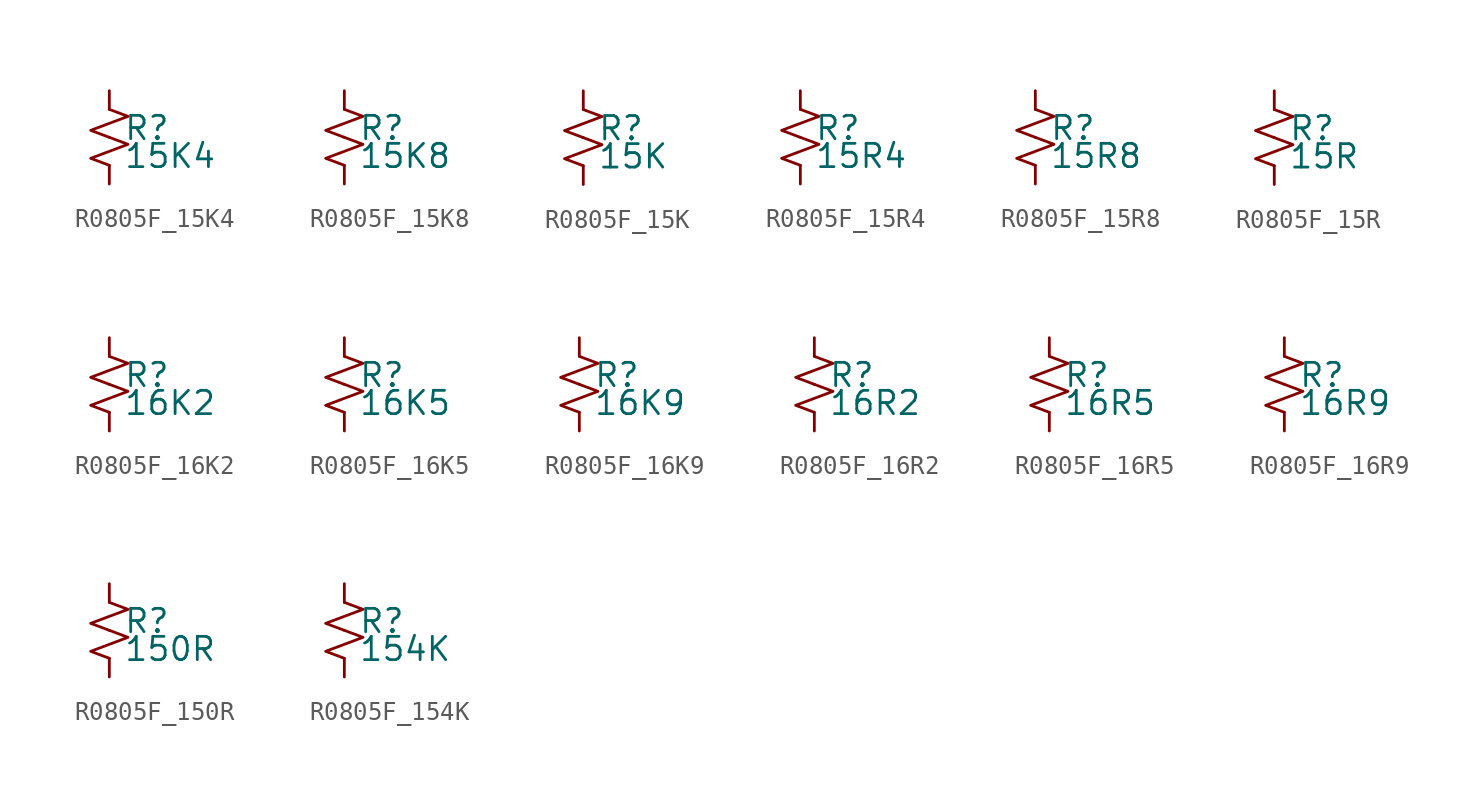
<source format=kicad_sym>
(kicad_symbol_lib
  (version 20220914)
  (generator kicad_symbol_editor)
  (symbol "R0805F_15K4"
    (pin_numbers hide)
    (pin_names
      (offset 0.254) hide)
    (property "Reference" "R"
      (at 0.762 0.508 0)
      (effects (font (size 1.27 1.27)) (justify left)))
    (property "Value" "15K4"
      (at 0.762 -1.016 0)
      (effects (font (size 1.27 1.27)) (justify left)))
    (symbol "R0805F_15K4_1_1"
      (polyline (pts (xy 0 0) (xy 1.016 -0.381) (xy 0 -0.762) (xy -1.016 -1.143) (xy 0 -1.524)) (stroke (width 0) (type default)) (fill (type none)))
      (polyline (pts (xy 0 1.524) (xy 1.016 1.143) (xy 0 0.762) (xy -1.016 0.381) (xy 0 0)) (stroke (width 0) (type default)) (fill (type none)))
      (pin passive line (at 0 2.54 270) (length 1.016) (name "~" (effects (font (size 1.27 1.27)))) (number "1" (effects (font (size 1.27 1.27)))))
      (pin passive line (at 0 -2.54 90) (length 1.016) (name "~" (effects (font (size 1.27 1.27)))) (number "2" (effects (font (size 1.27 1.27)))))))
  (symbol "R0805F_15K8"
    (pin_numbers hide)
    (pin_names
      (offset 0.254) hide)
    (property "Reference" "R"
      (at 0.762 0.508 0)
      (effects (font (size 1.27 1.27)) (justify left)))
    (property "Value" "15K8"
      (at 0.762 -1.016 0)
      (effects (font (size 1.27 1.27)) (justify left)))
    (symbol "R0805F_15K8_1_1"
      (polyline (pts (xy 0 0) (xy 1.016 -0.381) (xy 0 -0.762) (xy -1.016 -1.143) (xy 0 -1.524)) (stroke (width 0) (type default)) (fill (type none)))
      (polyline (pts (xy 0 1.524) (xy 1.016 1.143) (xy 0 0.762) (xy -1.016 0.381) (xy 0 0)) (stroke (width 0) (type default)) (fill (type none)))
      (pin passive line (at 0 2.54 270) (length 1.016) (name "~" (effects (font (size 1.27 1.27)))) (number "1" (effects (font (size 1.27 1.27)))))
      (pin passive line (at 0 -2.54 90) (length 1.016) (name "~" (effects (font (size 1.27 1.27)))) (number "2" (effects (font (size 1.27 1.27)))))))
  (symbol "R0805F_15K"
    (pin_numbers hide)
    (pin_names
      (offset 0.254) hide)
    (property "Reference" "R"
      (at 0.762 0.508 0)
      (effects (font (size 1.27 1.27)) (justify left)))
    (property "Value" "15K"
      (at 0.762 -1.016 0)
      (effects (font (size 1.27 1.27)) (justify left)))
    (symbol "R0805F_15K_1_1"
      (polyline (pts (xy 0 0) (xy 1.016 -0.381) (xy 0 -0.762) (xy -1.016 -1.143) (xy 0 -1.524)) (stroke (width 0) (type default)) (fill (type none)))
      (polyline (pts (xy 0 1.524) (xy 1.016 1.143) (xy 0 0.762) (xy -1.016 0.381) (xy 0 0)) (stroke (width 0) (type default)) (fill (type none)))
      (pin passive line (at 0 2.54 270) (length 1.016) (name "~" (effects (font (size 1.27 1.27)))) (number "1" (effects (font (size 1.27 1.27)))))
      (pin passive line (at 0 -2.54 90) (length 1.016) (name "~" (effects (font (size 1.27 1.27)))) (number "2" (effects (font (size 1.27 1.27)))))))
  (symbol "R0805F_15R4"
    (pin_numbers hide)
    (pin_names
      (offset 0.254) hide)
    (property "Reference" "R"
      (at 0.762 0.508 0)
      (effects (font (size 1.27 1.27)) (justify left)))
    (property "Value" "15R4"
      (at 0.762 -1.016 0)
      (effects (font (size 1.27 1.27)) (justify left)))
    (symbol "R0805F_15R4_1_1"
      (polyline (pts (xy 0 0) (xy 1.016 -0.381) (xy 0 -0.762) (xy -1.016 -1.143) (xy 0 -1.524)) (stroke (width 0) (type default)) (fill (type none)))
      (polyline (pts (xy 0 1.524) (xy 1.016 1.143) (xy 0 0.762) (xy -1.016 0.381) (xy 0 0)) (stroke (width 0) (type default)) (fill (type none)))
      (pin passive line (at 0 2.54 270) (length 1.016) (name "~" (effects (font (size 1.27 1.27)))) (number "1" (effects (font (size 1.27 1.27)))))
      (pin passive line (at 0 -2.54 90) (length 1.016) (name "~" (effects (font (size 1.27 1.27)))) (number "2" (effects (font (size 1.27 1.27)))))))
  (symbol "R0805F_15R8"
    (pin_numbers hide)
    (pin_names
      (offset 0.254) hide)
    (property "Reference" "R"
      (at 0.762 0.508 0)
      (effects (font (size 1.27 1.27)) (justify left)))
    (property "Value" "15R8"
      (at 0.762 -1.016 0)
      (effects (font (size 1.27 1.27)) (justify left)))
    (symbol "R0805F_15R8_1_1"
      (polyline (pts (xy 0 0) (xy 1.016 -0.381) (xy 0 -0.762) (xy -1.016 -1.143) (xy 0 -1.524)) (stroke (width 0) (type default)) (fill (type none)))
      (polyline (pts (xy 0 1.524) (xy 1.016 1.143) (xy 0 0.762) (xy -1.016 0.381) (xy 0 0)) (stroke (width 0) (type default)) (fill (type none)))
      (pin passive line (at 0 2.54 270) (length 1.016) (name "~" (effects (font (size 1.27 1.27)))) (number "1" (effects (font (size 1.27 1.27)))))
      (pin passive line (at 0 -2.54 90) (length 1.016) (name "~" (effects (font (size 1.27 1.27)))) (number "2" (effects (font (size 1.27 1.27)))))))
  (symbol "R0805F_15R"
    (pin_numbers hide)
    (pin_names
      (offset 0.254) hide)
    (property "Reference" "R"
      (at 0.762 0.508 0)
      (effects (font (size 1.27 1.27)) (justify left)))
    (property "Value" "15R"
      (at 0.762 -1.016 0)
      (effects (font (size 1.27 1.27)) (justify left)))
    (symbol "R0805F_15R_1_1"
      (polyline (pts (xy 0 0) (xy 1.016 -0.381) (xy 0 -0.762) (xy -1.016 -1.143) (xy 0 -1.524)) (stroke (width 0) (type default)) (fill (type none)))
      (polyline (pts (xy 0 1.524) (xy 1.016 1.143) (xy 0 0.762) (xy -1.016 0.381) (xy 0 0)) (stroke (width 0) (type default)) (fill (type none)))
      (pin passive line (at 0 2.54 270) (length 1.016) (name "~" (effects (font (size 1.27 1.27)))) (number "1" (effects (font (size 1.27 1.27)))))
      (pin passive line (at 0 -2.54 90) (length 1.016) (name "~" (effects (font (size 1.27 1.27)))) (number "2" (effects (font (size 1.27 1.27)))))))
  (symbol "R0805F_16K2"
    (pin_numbers hide)
    (pin_names
      (offset 0.254) hide)
    (property "Reference" "R"
      (at 0.762 0.508 0)
      (effects (font (size 1.27 1.27)) (justify left)))
    (property "Value" "16K2"
      (at 0.762 -1.016 0)
      (effects (font (size 1.27 1.27)) (justify left)))
    (symbol "R0805F_16K2_1_1"
      (polyline (pts (xy 0 0) (xy 1.016 -0.381) (xy 0 -0.762) (xy -1.016 -1.143) (xy 0 -1.524)) (stroke (width 0) (type default)) (fill (type none)))
      (polyline (pts (xy 0 1.524) (xy 1.016 1.143) (xy 0 0.762) (xy -1.016 0.381) (xy 0 0)) (stroke (width 0) (type default)) (fill (type none)))
      (pin passive line (at 0 2.54 270) (length 1.016) (name "~" (effects (font (size 1.27 1.27)))) (number "1" (effects (font (size 1.27 1.27)))))
      (pin passive line (at 0 -2.54 90) (length 1.016) (name "~" (effects (font (size 1.27 1.27)))) (number "2" (effects (font (size 1.27 1.27)))))))
  (symbol "R0805F_16K5"
    (pin_numbers hide)
    (pin_names
      (offset 0.254) hide)
    (property "Reference" "R"
      (at 0.762 0.508 0)
      (effects (font (size 1.27 1.27)) (justify left)))
    (property "Value" "16K5"
      (at 0.762 -1.016 0)
      (effects (font (size 1.27 1.27)) (justify left)))
    (symbol "R0805F_16K5_1_1"
      (polyline (pts (xy 0 0) (xy 1.016 -0.381) (xy 0 -0.762) (xy -1.016 -1.143) (xy 0 -1.524)) (stroke (width 0) (type default)) (fill (type none)))
      (polyline (pts (xy 0 1.524) (xy 1.016 1.143) (xy 0 0.762) (xy -1.016 0.381) (xy 0 0)) (stroke (width 0) (type default)) (fill (type none)))
      (pin passive line (at 0 2.54 270) (length 1.016) (name "~" (effects (font (size 1.27 1.27)))) (number "1" (effects (font (size 1.27 1.27)))))
      (pin passive line (at 0 -2.54 90) (length 1.016) (name "~" (effects (font (size 1.27 1.27)))) (number "2" (effects (font (size 1.27 1.27)))))))
  (symbol "R0805F_16K9"
    (pin_numbers hide)
    (pin_names
      (offset 0.254) hide)
    (property "Reference" "R"
      (at 0.762 0.508 0)
      (effects (font (size 1.27 1.27)) (justify left)))
    (property "Value" "16K9"
      (at 0.762 -1.016 0)
      (effects (font (size 1.27 1.27)) (justify left)))
    (symbol "R0805F_16K9_1_1"
      (polyline (pts (xy 0 0) (xy 1.016 -0.381) (xy 0 -0.762) (xy -1.016 -1.143) (xy 0 -1.524)) (stroke (width 0) (type default)) (fill (type none)))
      (polyline (pts (xy 0 1.524) (xy 1.016 1.143) (xy 0 0.762) (xy -1.016 0.381) (xy 0 0)) (stroke (width 0) (type default)) (fill (type none)))
      (pin passive line (at 0 2.54 270) (length 1.016) (name "~" (effects (font (size 1.27 1.27)))) (number "1" (effects (font (size 1.27 1.27)))))
      (pin passive line (at 0 -2.54 90) (length 1.016) (name "~" (effects (font (size 1.27 1.27)))) (number "2" (effects (font (size 1.27 1.27)))))))
  (symbol "R0805F_16R2"
    (pin_numbers hide)
    (pin_names
      (offset 0.254) hide)
    (property "Reference" "R"
      (at 0.762 0.508 0)
      (effects (font (size 1.27 1.27)) (justify left)))
    (property "Value" "16R2"
      (at 0.762 -1.016 0)
      (effects (font (size 1.27 1.27)) (justify left)))
    (symbol "R0805F_16R2_1_1"
      (polyline (pts (xy 0 0) (xy 1.016 -0.381) (xy 0 -0.762) (xy -1.016 -1.143) (xy 0 -1.524)) (stroke (width 0) (type default)) (fill (type none)))
      (polyline (pts (xy 0 1.524) (xy 1.016 1.143) (xy 0 0.762) (xy -1.016 0.381) (xy 0 0)) (stroke (width 0) (type default)) (fill (type none)))
      (pin passive line (at 0 2.54 270) (length 1.016) (name "~" (effects (font (size 1.27 1.27)))) (number "1" (effects (font (size 1.27 1.27)))))
      (pin passive line (at 0 -2.54 90) (length 1.016) (name "~" (effects (font (size 1.27 1.27)))) (number "2" (effects (font (size 1.27 1.27)))))))
  (symbol "R0805F_16R5"
    (pin_numbers hide)
    (pin_names
      (offset 0.254) hide)
    (property "Reference" "R"
      (at 0.762 0.508 0)
      (effects (font (size 1.27 1.27)) (justify left)))
    (property "Value" "16R5"
      (at 0.762 -1.016 0)
      (effects (font (size 1.27 1.27)) (justify left)))
    (symbol "R0805F_16R5_1_1"
      (polyline (pts (xy 0 0) (xy 1.016 -0.381) (xy 0 -0.762) (xy -1.016 -1.143) (xy 0 -1.524)) (stroke (width 0) (type default)) (fill (type none)))
      (polyline (pts (xy 0 1.524) (xy 1.016 1.143) (xy 0 0.762) (xy -1.016 0.381) (xy 0 0)) (stroke (width 0) (type default)) (fill (type none)))
      (pin passive line (at 0 2.54 270) (length 1.016) (name "~" (effects (font (size 1.27 1.27)))) (number "1" (effects (font (size 1.27 1.27)))))
      (pin passive line (at 0 -2.54 90) (length 1.016) (name "~" (effects (font (size 1.27 1.27)))) (number "2" (effects (font (size 1.27 1.27)))))))
  (symbol "R0805F_16R9"
    (pin_numbers hide)
    (pin_names
      (offset 0.254) hide)
    (property "Reference" "R"
      (at 0.762 0.508 0)
      (effects (font (size 1.27 1.27)) (justify left)))
    (property "Value" "16R9"
      (at 0.762 -1.016 0)
      (effects (font (size 1.27 1.27)) (justify left)))
    (symbol "R0805F_16R9_1_1"
      (polyline (pts (xy 0 0) (xy 1.016 -0.381) (xy 0 -0.762) (xy -1.016 -1.143) (xy 0 -1.524)) (stroke (width 0) (type default)) (fill (type none)))
      (polyline (pts (xy 0 1.524) (xy 1.016 1.143) (xy 0 0.762) (xy -1.016 0.381) (xy 0 0)) (stroke (width 0) (type default)) (fill (type none)))
      (pin passive line (at 0 2.54 270) (length 1.016) (name "~" (effects (font (size 1.27 1.27)))) (number "1" (effects (font (size 1.27 1.27)))))
      (pin passive line (at 0 -2.54 90) (length 1.016) (name "~" (effects (font (size 1.27 1.27)))) (number "2" (effects (font (size 1.27 1.27)))))))
  (symbol "R0805F_150R"
    (pin_numbers hide)
    (pin_names
      (offset 0.254) hide)
    (property "Reference" "R"
      (at 0.762 0.508 0)
      (effects (font (size 1.27 1.27)) (justify left)))
    (property "Value" "150R"
      (at 0.762 -1.016 0)
      (effects (font (size 1.27 1.27)) (justify left)))
    (symbol "R0805F_150R_1_1"
      (polyline (pts (xy 0 0) (xy 1.016 -0.381) (xy 0 -0.762) (xy -1.016 -1.143) (xy 0 -1.524)) (stroke (width 0) (type default)) (fill (type none)))
      (polyline (pts (xy 0 1.524) (xy 1.016 1.143) (xy 0 0.762) (xy -1.016 0.381) (xy 0 0)) (stroke (width 0) (type default)) (fill (type none)))
      (pin passive line (at 0 2.54 270) (length 1.016) (name "~" (effects (font (size 1.27 1.27)))) (number "1" (effects (font (size 1.27 1.27)))))
      (pin passive line (at 0 -2.54 90) (length 1.016) (name "~" (effects (font (size 1.27 1.27)))) (number "2" (effects (font (size 1.27 1.27)))))))
  (symbol "R0805F_154K"
    (pin_numbers hide)
    (pin_names
      (offset 0.254) hide)
    (property "Reference" "R"
      (at 0.762 0.508 0)
      (effects (font (size 1.27 1.27)) (justify left)))
    (property "Value" "154K"
      (at 0.762 -1.016 0)
      (effects (font (size 1.27 1.27)) (justify left)))
    (symbol "R0805F_154K_1_1"
      (polyline (pts (xy 0 0) (xy 1.016 -0.381) (xy 0 -0.762) (xy -1.016 -1.143) (xy 0 -1.524)) (stroke (width 0) (type default)) (fill (type none)))
      (polyline (pts (xy 0 1.524) (xy 1.016 1.143) (xy 0 0.762) (xy -1.016 0.381) (xy 0 0)) (stroke (width 0) (type default)) (fill (type none)))
      (pin passive line (at 0 2.54 270) (length 1.016) (name "~" (effects (font (size 1.27 1.27)))) (number "1" (effects (font (size 1.27 1.27)))))
      (pin passive line (at 0 -2.54 90) (length 1.016) (name "~" (effects (font (size 1.27 1.27)))) (number "2" (effects (font (size 1.27 1.27))))))))
</source>
